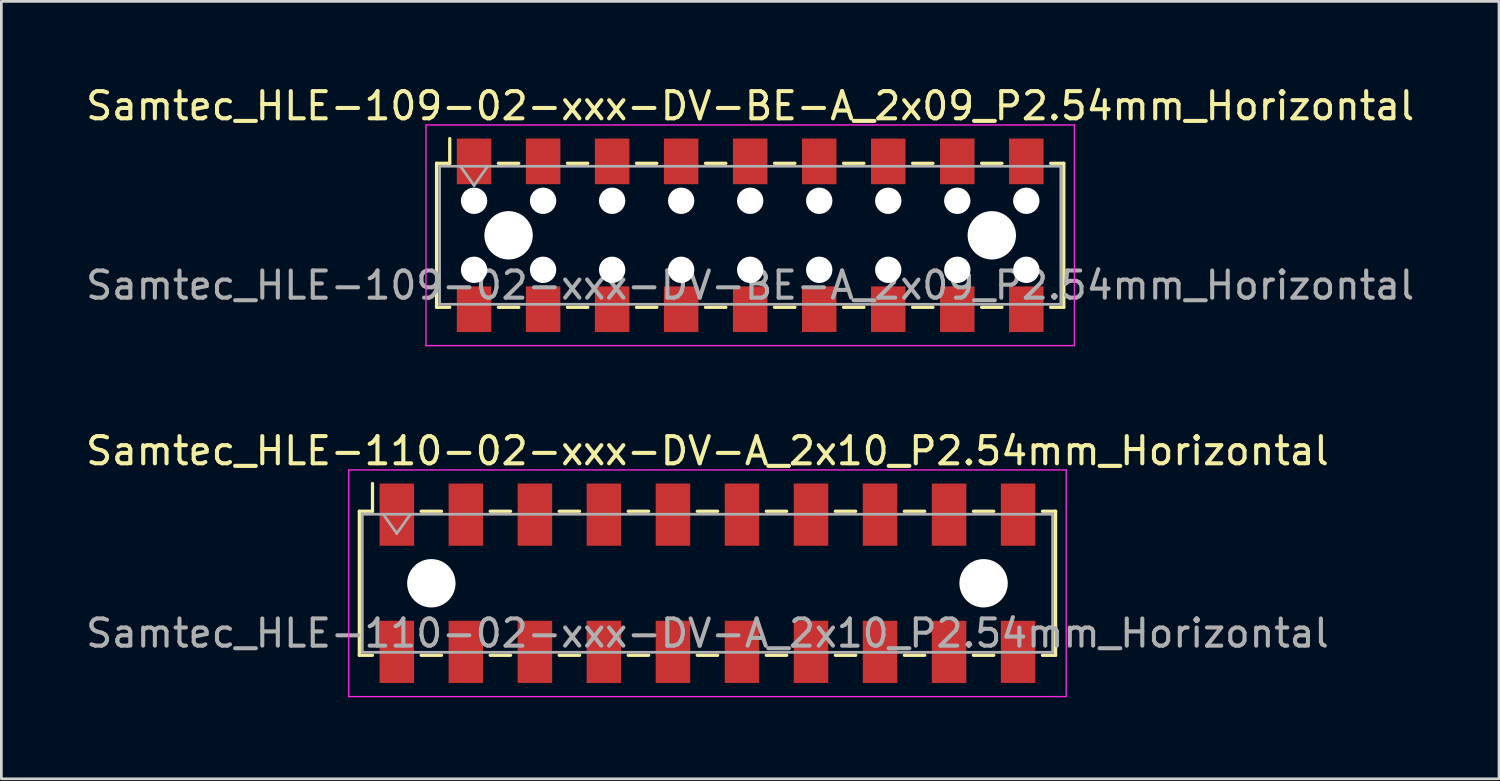
<source format=kicad_pcb>
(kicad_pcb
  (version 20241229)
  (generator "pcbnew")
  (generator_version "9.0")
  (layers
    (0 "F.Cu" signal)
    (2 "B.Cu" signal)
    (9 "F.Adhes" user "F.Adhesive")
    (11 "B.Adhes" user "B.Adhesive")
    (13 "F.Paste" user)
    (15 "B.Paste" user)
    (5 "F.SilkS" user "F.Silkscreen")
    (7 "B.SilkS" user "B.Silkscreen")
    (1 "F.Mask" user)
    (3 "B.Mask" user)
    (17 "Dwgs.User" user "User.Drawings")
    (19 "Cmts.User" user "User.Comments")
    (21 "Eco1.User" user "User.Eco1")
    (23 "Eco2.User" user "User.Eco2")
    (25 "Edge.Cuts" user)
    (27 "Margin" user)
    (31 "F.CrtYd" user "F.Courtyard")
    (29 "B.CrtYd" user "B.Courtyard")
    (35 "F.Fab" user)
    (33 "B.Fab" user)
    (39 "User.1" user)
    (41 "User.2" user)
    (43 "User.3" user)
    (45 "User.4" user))
  (footprint "Samtec_HLE-110-02-xxx-DV-A_2x10_P2.54mm_Horizontal"
    (layer "F.Cu")
    (at 22.982 18.412)
    (property "Reference" "Samtec_HLE-110-02-xxx-DV-A_2x10_P2.54mm_Horizontal" (at 0 -4.87 0) (layer "F.SilkS") (effects (font (size 1 1) (thickness 0.15))))
    (attr smd)
    (fp_line (start -12.81 -2.65) (end -12.81 2.65) (stroke (width 0.12) (type solid)) (layer "F.SilkS"))
    (fp_line (start -12.81 2.65) (end -12.325 2.65) (stroke (width 0.12) (type solid)) (layer "F.SilkS"))
    (fp_line (start -12.325 -3.67) (end -12.325 -2.65) (stroke (width 0.12) (type solid)) (layer "F.SilkS"))
    (fp_line (start -12.325 -2.65) (end -12.81 -2.65) (stroke (width 0.12) (type solid)) (layer "F.SilkS"))
    (fp_line (start -10.535 -2.65) (end -9.785 -2.65) (stroke (width 0.12) (type solid)) (layer "F.SilkS"))
    (fp_line (start -10.535 2.65) (end -9.785 2.65) (stroke (width 0.12) (type solid)) (layer "F.SilkS"))
    (fp_line (start -7.995 -2.65) (end -7.245 -2.65) (stroke (width 0.12) (type solid)) (layer "F.SilkS"))
    (fp_line (start -7.995 2.65) (end -7.245 2.65) (stroke (width 0.12) (type solid)) (layer "F.SilkS"))
    (fp_line (start -5.455 -2.65) (end -4.705 -2.65) (stroke (width 0.12) (type solid)) (layer "F.SilkS"))
    (fp_line (start -5.455 2.65) (end -4.705 2.65) (stroke (width 0.12) (type solid)) (layer "F.SilkS"))
    (fp_line (start -2.915 -2.65) (end -2.165 -2.65) (stroke (width 0.12) (type solid)) (layer "F.SilkS"))
    (fp_line (start -2.915 2.65) (end -2.165 2.65) (stroke (width 0.12) (type solid)) (layer "F.SilkS"))
    (fp_line (start -0.375 -2.65) (end 0.375 -2.65) (stroke (width 0.12) (type solid)) (layer "F.SilkS"))
    (fp_line (start -0.375 2.65) (end 0.375 2.65) (stroke (width 0.12) (type solid)) (layer "F.SilkS"))
    (fp_line (start 2.165 -2.65) (end 2.915 -2.65) (stroke (width 0.12) (type solid)) (layer "F.SilkS"))
    (fp_line (start 2.165 2.65) (end 2.915 2.65) (stroke (width 0.12) (type solid)) (layer "F.SilkS"))
    (fp_line (start 4.705 -2.65) (end 5.455 -2.65) (stroke (width 0.12) (type solid)) (layer "F.SilkS"))
    (fp_line (start 4.705 2.65) (end 5.455 2.65) (stroke (width 0.12) (type solid)) (layer "F.SilkS"))
    (fp_line (start 7.245 -2.65) (end 7.995 -2.65) (stroke (width 0.12) (type solid)) (layer "F.SilkS"))
    (fp_line (start 7.245 2.65) (end 7.995 2.65) (stroke (width 0.12) (type solid)) (layer "F.SilkS"))
    (fp_line (start 9.785 -2.65) (end 10.535 -2.65) (stroke (width 0.12) (type solid)) (layer "F.SilkS"))
    (fp_line (start 9.785 2.65) (end 10.535 2.65) (stroke (width 0.12) (type solid)) (layer "F.SilkS"))
    (fp_line (start 12.325 -2.65) (end 12.81 -2.65) (stroke (width 0.12) (type solid)) (layer "F.SilkS"))
    (fp_line (start 12.81 -2.65) (end 12.81 2.65) (stroke (width 0.12) (type solid)) (layer "F.SilkS"))
    (fp_line (start 12.81 2.65) (end 12.325 2.65) (stroke (width 0.12) (type solid)) (layer "F.SilkS"))
    (fp_line (start -13.2 -4.17) (end 13.2 -4.17) (stroke (width 0.05) (type solid)) (layer "F.CrtYd"))
    (fp_line (start -13.2 4.17) (end -13.2 -4.17) (stroke (width 0.05) (type solid)) (layer "F.CrtYd"))
    (fp_line (start 13.2 -4.17) (end 13.2 4.17) (stroke (width 0.05) (type solid)) (layer "F.CrtYd"))
    (fp_line (start 13.2 4.17) (end -13.2 4.17) (stroke (width 0.05) (type solid)) (layer "F.CrtYd"))
    (fp_line (start -12.7 -2.54) (end 12.7 -2.54) (stroke (width 0.1) (type solid)) (layer "F.Fab"))
    (fp_line (start -12.7 2.54) (end -12.7 -2.54) (stroke (width 0.1) (type solid)) (layer "F.Fab"))
    (fp_line (start -11.93 -2.54) (end -11.43 -1.833) (stroke (width 0.1) (type solid)) (layer "F.Fab"))
    (fp_line (start -11.43 -1.833) (end -10.93 -2.54) (stroke (width 0.1) (type solid)) (layer "F.Fab"))
    (fp_line (start 12.7 -2.54) (end 12.7 2.54) (stroke (width 0.1) (type solid)) (layer "F.Fab"))
    (fp_line (start 12.7 2.54) (end -12.7 2.54) (stroke (width 0.1) (type solid)) (layer "F.Fab"))
    (fp_text user "${REFERENCE}" (at 0 1.84 0) (layer "F.Fab") (effects (font (size 1 1) (thickness 0.15))))
    (pad "" np_thru_hole circle (at -10.16 0) (size 1.78 1.78) (drill 1.78) (layers "*.Cu" "*.Mask"))
    (pad "" np_thru_hole circle (at 10.16 0) (size 1.78 1.78) (drill 1.78) (layers "*.Cu" "*.Mask"))
    (pad "1" smd rect (at -11.43 -2.525) (size 1.27 2.29) (layers "F.Cu" "F.Mask" "F.Paste"))
    (pad "2" smd rect (at -11.43 2.525) (size 1.27 2.29) (layers "F.Cu" "F.Mask" "F.Paste"))
    (pad "3" smd rect (at -8.89 -2.525) (size 1.27 2.29) (layers "F.Cu" "F.Mask" "F.Paste"))
    (pad "4" smd rect (at -8.89 2.525) (size 1.27 2.29) (layers "F.Cu" "F.Mask" "F.Paste"))
    (pad "5" smd rect (at -6.35 -2.525) (size 1.27 2.29) (layers "F.Cu" "F.Mask" "F.Paste"))
    (pad "6" smd rect (at -6.35 2.525) (size 1.27 2.29) (layers "F.Cu" "F.Mask" "F.Paste"))
    (pad "7" smd rect (at -3.81 -2.525) (size 1.27 2.29) (layers "F.Cu" "F.Mask" "F.Paste"))
    (pad "8" smd rect (at -3.81 2.525) (size 1.27 2.29) (layers "F.Cu" "F.Mask" "F.Paste"))
    (pad "9" smd rect (at -1.27 -2.525) (size 1.27 2.29) (layers "F.Cu" "F.Mask" "F.Paste"))
    (pad "10" smd rect (at -1.27 2.525) (size 1.27 2.29) (layers "F.Cu" "F.Mask" "F.Paste"))
    (pad "11" smd rect (at 1.27 -2.525) (size 1.27 2.29) (layers "F.Cu" "F.Mask" "F.Paste"))
    (pad "12" smd rect (at 1.27 2.525) (size 1.27 2.29) (layers "F.Cu" "F.Mask" "F.Paste"))
    (pad "13" smd rect (at 3.81 -2.525) (size 1.27 2.29) (layers "F.Cu" "F.Mask" "F.Paste"))
    (pad "14" smd rect (at 3.81 2.525) (size 1.27 2.29) (layers "F.Cu" "F.Mask" "F.Paste"))
    (pad "15" smd rect (at 6.35 -2.525) (size 1.27 2.29) (layers "F.Cu" "F.Mask" "F.Paste"))
    (pad "16" smd rect (at 6.35 2.525) (size 1.27 2.29) (layers "F.Cu" "F.Mask" "F.Paste"))
    (pad "17" smd rect (at 8.89 -2.525) (size 1.27 2.29) (layers "F.Cu" "F.Mask" "F.Paste"))
    (pad "18" smd rect (at 8.89 2.525) (size 1.27 2.29) (layers "F.Cu" "F.Mask" "F.Paste"))
    (pad "19" smd rect (at 11.43 -2.525) (size 1.27 2.29) (layers "F.Cu" "F.Mask" "F.Paste"))
    (pad "20" smd rect (at 11.43 2.525) (size 1.27 2.29) (layers "F.Cu" "F.Mask" "F.Paste")))
  (footprint "Samtec_HLE-109-02-xxx-DV-BE-A_2x09_P2.54mm_Horizontal"
    (layer "F.Cu")
    (at 24.554 5.608)
    (property "Reference" "Samtec_HLE-109-02-xxx-DV-BE-A_2x09_P2.54mm_Horizontal" (at 0 -4.76 0) (layer "F.SilkS") (effects (font (size 1 1) (thickness 0.15))))
    (attr smd)
    (fp_line (start -11.54 -2.65) (end -11.54 2.65) (stroke (width 0.12) (type solid)) (layer "F.SilkS"))
    (fp_line (start -11.54 2.65) (end -11.055 2.65) (stroke (width 0.12) (type solid)) (layer "F.SilkS"))
    (fp_line (start -11.055 -3.56) (end -11.055 -2.65) (stroke (width 0.12) (type solid)) (layer "F.SilkS"))
    (fp_line (start -11.055 -2.65) (end -11.54 -2.65) (stroke (width 0.12) (type solid)) (layer "F.SilkS"))
    (fp_line (start -9.265 -2.65) (end -8.515 -2.65) (stroke (width 0.12) (type solid)) (layer "F.SilkS"))
    (fp_line (start -9.265 2.65) (end -8.515 2.65) (stroke (width 0.12) (type solid)) (layer "F.SilkS"))
    (fp_line (start -6.725 -2.65) (end -5.975 -2.65) (stroke (width 0.12) (type solid)) (layer "F.SilkS"))
    (fp_line (start -6.725 2.65) (end -5.975 2.65) (stroke (width 0.12) (type solid)) (layer "F.SilkS"))
    (fp_line (start -4.185 -2.65) (end -3.435 -2.65) (stroke (width 0.12) (type solid)) (layer "F.SilkS"))
    (fp_line (start -4.185 2.65) (end -3.435 2.65) (stroke (width 0.12) (type solid)) (layer "F.SilkS"))
    (fp_line (start -1.645 -2.65) (end -0.895 -2.65) (stroke (width 0.12) (type solid)) (layer "F.SilkS"))
    (fp_line (start -1.645 2.65) (end -0.895 2.65) (stroke (width 0.12) (type solid)) (layer "F.SilkS"))
    (fp_line (start 0.895 -2.65) (end 1.645 -2.65) (stroke (width 0.12) (type solid)) (layer "F.SilkS"))
    (fp_line (start 0.895 2.65) (end 1.645 2.65) (stroke (width 0.12) (type solid)) (layer "F.SilkS"))
    (fp_line (start 3.435 -2.65) (end 4.185 -2.65) (stroke (width 0.12) (type solid)) (layer "F.SilkS"))
    (fp_line (start 3.435 2.65) (end 4.185 2.65) (stroke (width 0.12) (type solid)) (layer "F.SilkS"))
    (fp_line (start 5.975 -2.65) (end 6.725 -2.65) (stroke (width 0.12) (type solid)) (layer "F.SilkS"))
    (fp_line (start 5.975 2.65) (end 6.725 2.65) (stroke (width 0.12) (type solid)) (layer "F.SilkS"))
    (fp_line (start 8.515 -2.65) (end 9.265 -2.65) (stroke (width 0.12) (type solid)) (layer "F.SilkS"))
    (fp_line (start 8.515 2.65) (end 9.265 2.65) (stroke (width 0.12) (type solid)) (layer "F.SilkS"))
    (fp_line (start 11.055 -2.65) (end 11.54 -2.65) (stroke (width 0.12) (type solid)) (layer "F.SilkS"))
    (fp_line (start 11.54 -2.65) (end 11.54 2.65) (stroke (width 0.12) (type solid)) (layer "F.SilkS"))
    (fp_line (start 11.54 2.65) (end 11.055 2.65) (stroke (width 0.12) (type solid)) (layer "F.SilkS"))
    (fp_line (start -11.93 -4.06) (end 11.93 -4.06) (stroke (width 0.05) (type solid)) (layer "F.CrtYd"))
    (fp_line (start -11.93 4.06) (end -11.93 -4.06) (stroke (width 0.05) (type solid)) (layer "F.CrtYd"))
    (fp_line (start 11.93 -4.06) (end 11.93 4.06) (stroke (width 0.05) (type solid)) (layer "F.CrtYd"))
    (fp_line (start 11.93 4.06) (end -11.93 4.06) (stroke (width 0.05) (type solid)) (layer "F.CrtYd"))
    (fp_line (start -11.43 -2.54) (end 11.43 -2.54) (stroke (width 0.1) (type solid)) (layer "F.Fab"))
    (fp_line (start -11.43 2.54) (end -11.43 -2.54) (stroke (width 0.1) (type solid)) (layer "F.Fab"))
    (fp_line (start -10.66 -2.54) (end -10.16 -1.833) (stroke (width 0.1) (type solid)) (layer "F.Fab"))
    (fp_line (start -10.16 -1.833) (end -9.66 -2.54) (stroke (width 0.1) (type solid)) (layer "F.Fab"))
    (fp_line (start 11.43 -2.54) (end 11.43 2.54) (stroke (width 0.1) (type solid)) (layer "F.Fab"))
    (fp_line (start 11.43 2.54) (end -11.43 2.54) (stroke (width 0.1) (type solid)) (layer "F.Fab"))
    (fp_text user "${REFERENCE}" (at 0 1.84 0) (layer "F.Fab") (effects (font (size 1 1) (thickness 0.15))))
    (pad "" np_thru_hole circle (at -10.16 -1.27) (size 0.97 0.97) (drill 0.97) (layers "*.Cu" "*.Mask"))
    (pad "" np_thru_hole circle (at -10.16 1.27) (size 0.97 0.97) (drill 0.97) (layers "*.Cu" "*.Mask"))
    (pad "" np_thru_hole circle (at -8.89 0) (size 1.78 1.78) (drill 1.78) (layers "*.Cu" "*.Mask"))
    (pad "" np_thru_hole circle (at -7.62 -1.27) (size 0.97 0.97) (drill 0.97) (layers "*.Cu" "*.Mask"))
    (pad "" np_thru_hole circle (at -7.62 1.27) (size 0.97 0.97) (drill 0.97) (layers "*.Cu" "*.Mask"))
    (pad "" np_thru_hole circle (at -5.08 -1.27) (size 0.97 0.97) (drill 0.97) (layers "*.Cu" "*.Mask"))
    (pad "" np_thru_hole circle (at -5.08 1.27) (size 0.97 0.97) (drill 0.97) (layers "*.Cu" "*.Mask"))
    (pad "" np_thru_hole circle (at -2.54 -1.27) (size 0.97 0.97) (drill 0.97) (layers "*.Cu" "*.Mask"))
    (pad "" np_thru_hole circle (at -2.54 1.27) (size 0.97 0.97) (drill 0.97) (layers "*.Cu" "*.Mask"))
    (pad "" np_thru_hole circle (at 0 -1.27) (size 0.97 0.97) (drill 0.97) (layers "*.Cu" "*.Mask"))
    (pad "" np_thru_hole circle (at 0 1.27) (size 0.97 0.97) (drill 0.97) (layers "*.Cu" "*.Mask"))
    (pad "" np_thru_hole circle (at 2.54 -1.27) (size 0.97 0.97) (drill 0.97) (layers "*.Cu" "*.Mask"))
    (pad "" np_thru_hole circle (at 2.54 1.27) (size 0.97 0.97) (drill 0.97) (layers "*.Cu" "*.Mask"))
    (pad "" np_thru_hole circle (at 5.08 -1.27) (size 0.97 0.97) (drill 0.97) (layers "*.Cu" "*.Mask"))
    (pad "" np_thru_hole circle (at 5.08 1.27) (size 0.97 0.97) (drill 0.97) (layers "*.Cu" "*.Mask"))
    (pad "" np_thru_hole circle (at 7.62 -1.27) (size 0.97 0.97) (drill 0.97) (layers "*.Cu" "*.Mask"))
    (pad "" np_thru_hole circle (at 7.62 1.27) (size 0.97 0.97) (drill 0.97) (layers "*.Cu" "*.Mask"))
    (pad "" np_thru_hole circle (at 8.89 0) (size 1.78 1.78) (drill 1.78) (layers "*.Cu" "*.Mask"))
    (pad "" np_thru_hole circle (at 10.16 -1.27) (size 0.97 0.97) (drill 0.97) (layers "*.Cu" "*.Mask"))
    (pad "" np_thru_hole circle (at 10.16 1.27) (size 0.97 0.97) (drill 0.97) (layers "*.Cu" "*.Mask"))
    (pad "1" smd rect (at -10.16 -2.72) (size 1.27 1.68) (layers "F.Cu" "F.Mask" "F.Paste"))
    (pad "2" smd rect (at -10.16 2.72) (size 1.27 1.68) (layers "F.Cu" "F.Mask" "F.Paste"))
    (pad "3" smd rect (at -7.62 -2.72) (size 1.27 1.68) (layers "F.Cu" "F.Mask" "F.Paste"))
    (pad "4" smd rect (at -7.62 2.72) (size 1.27 1.68) (layers "F.Cu" "F.Mask" "F.Paste"))
    (pad "5" smd rect (at -5.08 -2.72) (size 1.27 1.68) (layers "F.Cu" "F.Mask" "F.Paste"))
    (pad "6" smd rect (at -5.08 2.72) (size 1.27 1.68) (layers "F.Cu" "F.Mask" "F.Paste"))
    (pad "7" smd rect (at -2.54 -2.72) (size 1.27 1.68) (layers "F.Cu" "F.Mask" "F.Paste"))
    (pad "8" smd rect (at -2.54 2.72) (size 1.27 1.68) (layers "F.Cu" "F.Mask" "F.Paste"))
    (pad "9" smd rect (at 0 -2.72) (size 1.27 1.68) (layers "F.Cu" "F.Mask" "F.Paste"))
    (pad "10" smd rect (at 0 2.72) (size 1.27 1.68) (layers "F.Cu" "F.Mask" "F.Paste"))
    (pad "11" smd rect (at 2.54 -2.72) (size 1.27 1.68) (layers "F.Cu" "F.Mask" "F.Paste"))
    (pad "12" smd rect (at 2.54 2.72) (size 1.27 1.68) (layers "F.Cu" "F.Mask" "F.Paste"))
    (pad "13" smd rect (at 5.08 -2.72) (size 1.27 1.68) (layers "F.Cu" "F.Mask" "F.Paste"))
    (pad "14" smd rect (at 5.08 2.72) (size 1.27 1.68) (layers "F.Cu" "F.Mask" "F.Paste"))
    (pad "15" smd rect (at 7.62 -2.72) (size 1.27 1.68) (layers "F.Cu" "F.Mask" "F.Paste"))
    (pad "16" smd rect (at 7.62 2.72) (size 1.27 1.68) (layers "F.Cu" "F.Mask" "F.Paste"))
    (pad "17" smd rect (at 10.16 -2.72) (size 1.27 1.68) (layers "F.Cu" "F.Mask" "F.Paste"))
    (pad "18" smd rect (at 10.16 2.72) (size 1.27 1.68) (layers "F.Cu" "F.Mask" "F.Paste")))
  (gr_rect
    (start -3 -3)
    (end 52.107 25.607)
    (stroke (width 0.1) (type default))
    (fill no)
    (layer "Edge.Cuts")))
</source>
